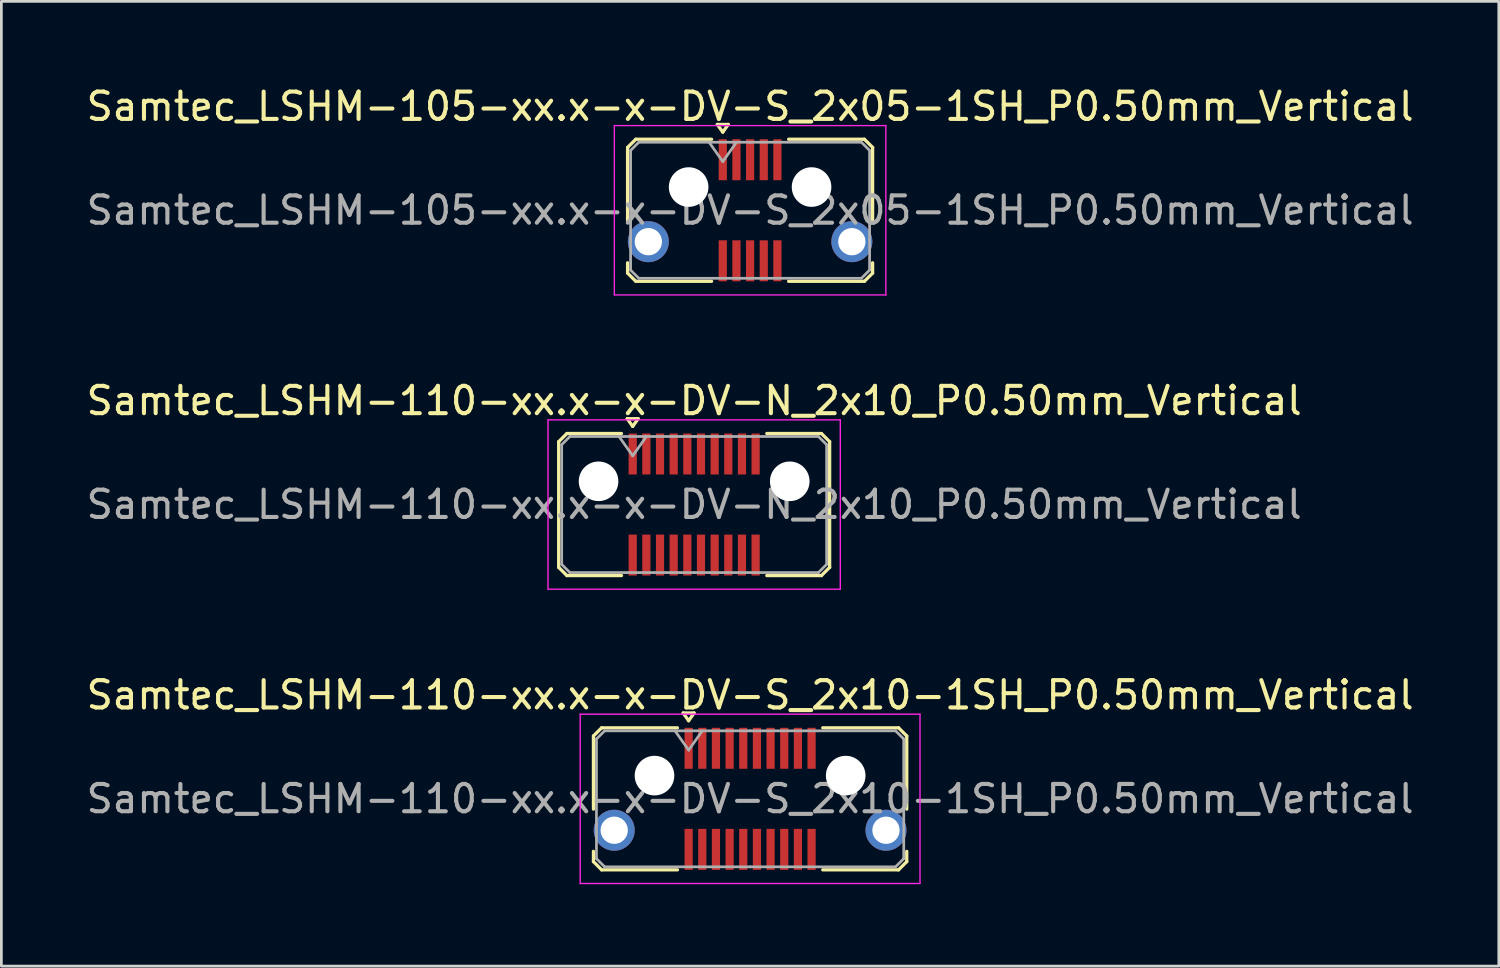
<source format=kicad_pcb>
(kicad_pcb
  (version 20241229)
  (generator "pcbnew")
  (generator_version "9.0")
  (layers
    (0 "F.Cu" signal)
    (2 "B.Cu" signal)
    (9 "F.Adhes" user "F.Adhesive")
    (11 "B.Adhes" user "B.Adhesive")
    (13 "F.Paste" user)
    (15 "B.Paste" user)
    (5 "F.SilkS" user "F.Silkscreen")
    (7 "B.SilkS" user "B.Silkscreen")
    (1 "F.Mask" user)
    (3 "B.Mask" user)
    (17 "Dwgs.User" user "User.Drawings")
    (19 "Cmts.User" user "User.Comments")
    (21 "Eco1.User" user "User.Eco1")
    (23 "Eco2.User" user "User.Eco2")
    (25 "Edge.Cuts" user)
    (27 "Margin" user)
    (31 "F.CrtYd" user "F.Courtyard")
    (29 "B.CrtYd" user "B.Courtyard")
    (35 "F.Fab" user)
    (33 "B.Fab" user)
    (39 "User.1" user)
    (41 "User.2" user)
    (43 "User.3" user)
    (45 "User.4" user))
  (footprint "Samtec_LSHM-105-xx.x-x-DV-S_2x05-1SH_P0.50mm_Vertical"
    (layer "F.Cu")
    (at 24.411 4.648)
    (property "Reference" "Samtec_LSHM-105-xx.x-x-DV-S_2x05-1SH_P0.50mm_Vertical" (at 0 -3.8 0) (layer "F.SilkS") (effects (font (size 1 1) (thickness 0.15))))
    (attr smd)
    (fp_line (start -4.485 -2.3) (end -4.485 0.377) (stroke (width 0.12) (type solid)) (layer "F.SilkS"))
    (fp_line (start -4.485 1.923) (end -4.485 2.3) (stroke (width 0.12) (type solid)) (layer "F.SilkS"))
    (fp_line (start -4.485 2.3) (end -4.185 2.6) (stroke (width 0.12) (type solid)) (layer "F.SilkS"))
    (fp_line (start -4.185 -2.6) (end -4.485 -2.3) (stroke (width 0.12) (type solid)) (layer "F.SilkS"))
    (fp_line (start -4.185 2.6) (end -1.41 2.6) (stroke (width 0.12) (type solid)) (layer "F.SilkS"))
    (fp_line (start -1.41 -2.6) (end -4.185 -2.6) (stroke (width 0.12) (type solid)) (layer "F.SilkS"))
    (fp_line (start -1.2 -3.143) (end -0.8 -3.143) (stroke (width 0.12) (type solid)) (layer "F.SilkS"))
    (fp_line (start -1 -2.86) (end -1.2 -3.143) (stroke (width 0.12) (type solid)) (layer "F.SilkS"))
    (fp_line (start -0.8 -3.143) (end -1 -2.86) (stroke (width 0.12) (type solid)) (layer "F.SilkS"))
    (fp_line (start 1.41 -2.6) (end 4.185 -2.6) (stroke (width 0.12) (type solid)) (layer "F.SilkS"))
    (fp_line (start 4.185 -2.6) (end 4.485 -2.3) (stroke (width 0.12) (type solid)) (layer "F.SilkS"))
    (fp_line (start 4.185 2.6) (end 1.41 2.6) (stroke (width 0.12) (type solid)) (layer "F.SilkS"))
    (fp_line (start 4.485 -2.3) (end 4.485 0.377) (stroke (width 0.12) (type solid)) (layer "F.SilkS"))
    (fp_line (start 4.485 1.923) (end 4.485 2.3) (stroke (width 0.12) (type solid)) (layer "F.SilkS"))
    (fp_line (start 4.485 2.3) (end 4.185 2.6) (stroke (width 0.12) (type solid)) (layer "F.SilkS"))
    (fp_line (start -4.97 -3.1) (end -4.97 3.1) (stroke (width 0.05) (type solid)) (layer "F.CrtYd"))
    (fp_line (start -4.97 3.1) (end 4.97 3.1) (stroke (width 0.05) (type solid)) (layer "F.CrtYd"))
    (fp_line (start 4.97 -3.1) (end -4.97 -3.1) (stroke (width 0.05) (type solid)) (layer "F.CrtYd"))
    (fp_line (start 4.97 3.1) (end 4.97 -3.1) (stroke (width 0.05) (type solid)) (layer "F.CrtYd"))
    (fp_line (start -4.375 -2.19) (end -4.375 2.19) (stroke (width 0.1) (type solid)) (layer "F.Fab"))
    (fp_line (start -4.375 2.19) (end -4.075 2.49) (stroke (width 0.1) (type solid)) (layer "F.Fab"))
    (fp_line (start -4.075 -2.49) (end -4.375 -2.19) (stroke (width 0.1) (type solid)) (layer "F.Fab"))
    (fp_line (start -4.075 2.49) (end 0 2.49) (stroke (width 0.1) (type solid)) (layer "F.Fab"))
    (fp_line (start -1.5 -2.49) (end -1 -1.783) (stroke (width 0.1) (type solid)) (layer "F.Fab"))
    (fp_line (start -1 -1.783) (end -0.5 -2.49) (stroke (width 0.1) (type solid)) (layer "F.Fab"))
    (fp_line (start 0 -2.49) (end -4.075 -2.49) (stroke (width 0.1) (type solid)) (layer "F.Fab"))
    (fp_line (start 0 -2.49) (end 4.075 -2.49) (stroke (width 0.1) (type solid)) (layer "F.Fab"))
    (fp_line (start 4.075 -2.49) (end 4.375 -2.19) (stroke (width 0.1) (type solid)) (layer "F.Fab"))
    (fp_line (start 4.075 2.49) (end 0 2.49) (stroke (width 0.1) (type solid)) (layer "F.Fab"))
    (fp_line (start 4.375 -2.19) (end 4.375 2.19) (stroke (width 0.1) (type solid)) (layer "F.Fab"))
    (fp_line (start 4.375 2.19) (end 4.075 2.49) (stroke (width 0.1) (type solid)) (layer "F.Fab"))
    (fp_text user "${REFERENCE}" (at 0 0 0) (layer "F.Fab") (effects (font (size 1 1) (thickness 0.15))))
    (pad "" np_thru_hole circle (at -2.25 -0.85) (size 1.45 1.45) (drill 1.45) (layers "*.Cu" "*.Mask"))
    (pad "" np_thru_hole circle (at 2.25 -0.85) (size 1.45 1.45) (drill 1.45) (layers "*.Cu" "*.Mask"))
    (pad "1" smd rect (at -1 -1.85) (size 0.3 1.5) (layers "F.Cu" "F.Mask" "F.Paste"))
    (pad "2" smd rect (at -1 1.85) (size 0.3 1.5) (layers "F.Cu" "F.Mask" "F.Paste"))
    (pad "3" smd rect (at -0.5 -1.85) (size 0.3 1.5) (layers "F.Cu" "F.Mask" "F.Paste"))
    (pad "4" smd rect (at -0.5 1.85) (size 0.3 1.5) (layers "F.Cu" "F.Mask" "F.Paste"))
    (pad "5" smd rect (at 0 -1.85) (size 0.3 1.5) (layers "F.Cu" "F.Mask" "F.Paste"))
    (pad "6" smd rect (at 0 1.85) (size 0.3 1.5) (layers "F.Cu" "F.Mask" "F.Paste"))
    (pad "7" smd rect (at 0.5 -1.85) (size 0.3 1.5) (layers "F.Cu" "F.Mask" "F.Paste"))
    (pad "8" smd rect (at 0.5 1.85) (size 0.3 1.5) (layers "F.Cu" "F.Mask" "F.Paste"))
    (pad "9" smd rect (at 1 -1.85) (size 0.3 1.5) (layers "F.Cu" "F.Mask" "F.Paste"))
    (pad "10" smd rect (at 1 1.85) (size 0.3 1.5) (layers "F.Cu" "F.Mask" "F.Paste"))
    (pad "SH" thru_hole circle (at -3.725 1.15) (size 1.5 1.5) (drill 1) (layers "*.Cu" "*.Mask"))
    (pad "SH" thru_hole circle (at 3.725 1.15) (size 1.5 1.5) (drill 1) (layers "*.Cu" "*.Mask")))
  (footprint "Samtec_LSHM-110-xx.x-x-DV-N_2x10_P0.50mm_Vertical"
    (layer "F.Cu")
    (at 22.363 15.421)
    (property "Reference" "Samtec_LSHM-110-xx.x-x-DV-N_2x10_P0.50mm_Vertical" (at 0 -3.8 0) (layer "F.SilkS") (effects (font (size 1 1) (thickness 0.15))))
    (attr smd)
    (fp_line (start -4.96 -2.3) (end -4.96 2.3) (stroke (width 0.12) (type solid)) (layer "F.SilkS"))
    (fp_line (start -4.96 2.3) (end -4.66 2.6) (stroke (width 0.12) (type solid)) (layer "F.SilkS"))
    (fp_line (start -4.66 -2.6) (end -4.96 -2.3) (stroke (width 0.12) (type solid)) (layer "F.SilkS"))
    (fp_line (start -4.66 2.6) (end -2.66 2.6) (stroke (width 0.12) (type solid)) (layer "F.SilkS"))
    (fp_line (start -2.66 -2.6) (end -4.66 -2.6) (stroke (width 0.12) (type solid)) (layer "F.SilkS"))
    (fp_line (start -2.45 -3.143) (end -2.05 -3.143) (stroke (width 0.12) (type solid)) (layer "F.SilkS"))
    (fp_line (start -2.25 -2.86) (end -2.45 -3.143) (stroke (width 0.12) (type solid)) (layer "F.SilkS"))
    (fp_line (start -2.05 -3.143) (end -2.25 -2.86) (stroke (width 0.12) (type solid)) (layer "F.SilkS"))
    (fp_line (start 2.66 -2.6) (end 4.66 -2.6) (stroke (width 0.12) (type solid)) (layer "F.SilkS"))
    (fp_line (start 4.66 -2.6) (end 4.96 -2.3) (stroke (width 0.12) (type solid)) (layer "F.SilkS"))
    (fp_line (start 4.66 2.6) (end 2.66 2.6) (stroke (width 0.12) (type solid)) (layer "F.SilkS"))
    (fp_line (start 4.96 -2.3) (end 4.96 2.3) (stroke (width 0.12) (type solid)) (layer "F.SilkS"))
    (fp_line (start 4.96 2.3) (end 4.66 2.6) (stroke (width 0.12) (type solid)) (layer "F.SilkS"))
    (fp_line (start -5.35 -3.1) (end -5.35 3.1) (stroke (width 0.05) (type solid)) (layer "F.CrtYd"))
    (fp_line (start -5.35 3.1) (end 5.35 3.1) (stroke (width 0.05) (type solid)) (layer "F.CrtYd"))
    (fp_line (start 5.35 -3.1) (end -5.35 -3.1) (stroke (width 0.05) (type solid)) (layer "F.CrtYd"))
    (fp_line (start 5.35 3.1) (end 5.35 -3.1) (stroke (width 0.05) (type solid)) (layer "F.CrtYd"))
    (fp_line (start -4.85 -2.19) (end -4.85 2.19) (stroke (width 0.1) (type solid)) (layer "F.Fab"))
    (fp_line (start -4.85 2.19) (end -4.55 2.49) (stroke (width 0.1) (type solid)) (layer "F.Fab"))
    (fp_line (start -4.55 -2.49) (end -4.85 -2.19) (stroke (width 0.1) (type solid)) (layer "F.Fab"))
    (fp_line (start -4.55 2.49) (end 0 2.49) (stroke (width 0.1) (type solid)) (layer "F.Fab"))
    (fp_line (start -2.75 -2.49) (end -2.25 -1.783) (stroke (width 0.1) (type solid)) (layer "F.Fab"))
    (fp_line (start -2.25 -1.783) (end -1.75 -2.49) (stroke (width 0.1) (type solid)) (layer "F.Fab"))
    (fp_line (start 0 -2.49) (end -4.55 -2.49) (stroke (width 0.1) (type solid)) (layer "F.Fab"))
    (fp_line (start 0 -2.49) (end 4.55 -2.49) (stroke (width 0.1) (type solid)) (layer "F.Fab"))
    (fp_line (start 4.55 -2.49) (end 4.85 -2.19) (stroke (width 0.1) (type solid)) (layer "F.Fab"))
    (fp_line (start 4.55 2.49) (end 0 2.49) (stroke (width 0.1) (type solid)) (layer "F.Fab"))
    (fp_line (start 4.85 -2.19) (end 4.85 2.19) (stroke (width 0.1) (type solid)) (layer "F.Fab"))
    (fp_line (start 4.85 2.19) (end 4.55 2.49) (stroke (width 0.1) (type solid)) (layer "F.Fab"))
    (fp_text user "${REFERENCE}" (at 0 0 0) (layer "F.Fab") (effects (font (size 1 1) (thickness 0.15))))
    (pad "" np_thru_hole circle (at -3.5 -0.85) (size 1.45 1.45) (drill 1.45) (layers "*.Cu" "*.Mask"))
    (pad "" np_thru_hole circle (at 3.5 -0.85) (size 1.45 1.45) (drill 1.45) (layers "*.Cu" "*.Mask"))
    (pad "1" smd rect (at -2.25 -1.85) (size 0.3 1.5) (layers "F.Cu" "F.Mask" "F.Paste"))
    (pad "2" smd rect (at -2.25 1.85) (size 0.3 1.5) (layers "F.Cu" "F.Mask" "F.Paste"))
    (pad "3" smd rect (at -1.75 -1.85) (size 0.3 1.5) (layers "F.Cu" "F.Mask" "F.Paste"))
    (pad "4" smd rect (at -1.75 1.85) (size 0.3 1.5) (layers "F.Cu" "F.Mask" "F.Paste"))
    (pad "5" smd rect (at -1.25 -1.85) (size 0.3 1.5) (layers "F.Cu" "F.Mask" "F.Paste"))
    (pad "6" smd rect (at -1.25 1.85) (size 0.3 1.5) (layers "F.Cu" "F.Mask" "F.Paste"))
    (pad "7" smd rect (at -0.75 -1.85) (size 0.3 1.5) (layers "F.Cu" "F.Mask" "F.Paste"))
    (pad "8" smd rect (at -0.75 1.85) (size 0.3 1.5) (layers "F.Cu" "F.Mask" "F.Paste"))
    (pad "9" smd rect (at -0.25 -1.85) (size 0.3 1.5) (layers "F.Cu" "F.Mask" "F.Paste"))
    (pad "10" smd rect (at -0.25 1.85) (size 0.3 1.5) (layers "F.Cu" "F.Mask" "F.Paste"))
    (pad "11" smd rect (at 0.25 -1.85) (size 0.3 1.5) (layers "F.Cu" "F.Mask" "F.Paste"))
    (pad "12" smd rect (at 0.25 1.85) (size 0.3 1.5) (layers "F.Cu" "F.Mask" "F.Paste"))
    (pad "13" smd rect (at 0.75 -1.85) (size 0.3 1.5) (layers "F.Cu" "F.Mask" "F.Paste"))
    (pad "14" smd rect (at 0.75 1.85) (size 0.3 1.5) (layers "F.Cu" "F.Mask" "F.Paste"))
    (pad "15" smd rect (at 1.25 -1.85) (size 0.3 1.5) (layers "F.Cu" "F.Mask" "F.Paste"))
    (pad "16" smd rect (at 1.25 1.85) (size 0.3 1.5) (layers "F.Cu" "F.Mask" "F.Paste"))
    (pad "17" smd rect (at 1.75 -1.85) (size 0.3 1.5) (layers "F.Cu" "F.Mask" "F.Paste"))
    (pad "18" smd rect (at 1.75 1.85) (size 0.3 1.5) (layers "F.Cu" "F.Mask" "F.Paste"))
    (pad "19" smd rect (at 2.25 -1.85) (size 0.3 1.5) (layers "F.Cu" "F.Mask" "F.Paste"))
    (pad "20" smd rect (at 2.25 1.85) (size 0.3 1.5) (layers "F.Cu" "F.Mask" "F.Paste")))
  (footprint "Samtec_LSHM-110-xx.x-x-DV-S_2x10-1SH_P0.50mm_Vertical"
    (layer "F.Cu")
    (at 24.411 26.195)
    (property "Reference" "Samtec_LSHM-110-xx.x-x-DV-S_2x10-1SH_P0.50mm_Vertical" (at 0 -3.8 0) (layer "F.SilkS") (effects (font (size 1 1) (thickness 0.15))))
    (attr smd)
    (fp_line (start -5.735 -2.3) (end -5.735 0.377) (stroke (width 0.12) (type solid)) (layer "F.SilkS"))
    (fp_line (start -5.735 1.923) (end -5.735 2.3) (stroke (width 0.12) (type solid)) (layer "F.SilkS"))
    (fp_line (start -5.735 2.3) (end -5.435 2.6) (stroke (width 0.12) (type solid)) (layer "F.SilkS"))
    (fp_line (start -5.435 -2.6) (end -5.735 -2.3) (stroke (width 0.12) (type solid)) (layer "F.SilkS"))
    (fp_line (start -5.435 2.6) (end -2.66 2.6) (stroke (width 0.12) (type solid)) (layer "F.SilkS"))
    (fp_line (start -2.66 -2.6) (end -5.435 -2.6) (stroke (width 0.12) (type solid)) (layer "F.SilkS"))
    (fp_line (start -2.45 -3.143) (end -2.05 -3.143) (stroke (width 0.12) (type solid)) (layer "F.SilkS"))
    (fp_line (start -2.25 -2.86) (end -2.45 -3.143) (stroke (width 0.12) (type solid)) (layer "F.SilkS"))
    (fp_line (start -2.05 -3.143) (end -2.25 -2.86) (stroke (width 0.12) (type solid)) (layer "F.SilkS"))
    (fp_line (start 2.66 -2.6) (end 5.435 -2.6) (stroke (width 0.12) (type solid)) (layer "F.SilkS"))
    (fp_line (start 5.435 -2.6) (end 5.735 -2.3) (stroke (width 0.12) (type solid)) (layer "F.SilkS"))
    (fp_line (start 5.435 2.6) (end 2.66 2.6) (stroke (width 0.12) (type solid)) (layer "F.SilkS"))
    (fp_line (start 5.735 -2.3) (end 5.735 0.377) (stroke (width 0.12) (type solid)) (layer "F.SilkS"))
    (fp_line (start 5.735 1.923) (end 5.735 2.3) (stroke (width 0.12) (type solid)) (layer "F.SilkS"))
    (fp_line (start 5.735 2.3) (end 5.435 2.6) (stroke (width 0.12) (type solid)) (layer "F.SilkS"))
    (fp_line (start -6.22 -3.1) (end -6.22 3.1) (stroke (width 0.05) (type solid)) (layer "F.CrtYd"))
    (fp_line (start -6.22 3.1) (end 6.22 3.1) (stroke (width 0.05) (type solid)) (layer "F.CrtYd"))
    (fp_line (start 6.22 -3.1) (end -6.22 -3.1) (stroke (width 0.05) (type solid)) (layer "F.CrtYd"))
    (fp_line (start 6.22 3.1) (end 6.22 -3.1) (stroke (width 0.05) (type solid)) (layer "F.CrtYd"))
    (fp_line (start -5.625 -2.19) (end -5.625 2.19) (stroke (width 0.1) (type solid)) (layer "F.Fab"))
    (fp_line (start -5.625 2.19) (end -5.325 2.49) (stroke (width 0.1) (type solid)) (layer "F.Fab"))
    (fp_line (start -5.325 -2.49) (end -5.625 -2.19) (stroke (width 0.1) (type solid)) (layer "F.Fab"))
    (fp_line (start -5.325 2.49) (end 0 2.49) (stroke (width 0.1) (type solid)) (layer "F.Fab"))
    (fp_line (start -2.75 -2.49) (end -2.25 -1.783) (stroke (width 0.1) (type solid)) (layer "F.Fab"))
    (fp_line (start -2.25 -1.783) (end -1.75 -2.49) (stroke (width 0.1) (type solid)) (layer "F.Fab"))
    (fp_line (start 0 -2.49) (end -5.325 -2.49) (stroke (width 0.1) (type solid)) (layer "F.Fab"))
    (fp_line (start 0 -2.49) (end 5.325 -2.49) (stroke (width 0.1) (type solid)) (layer "F.Fab"))
    (fp_line (start 5.325 -2.49) (end 5.625 -2.19) (stroke (width 0.1) (type solid)) (layer "F.Fab"))
    (fp_line (start 5.325 2.49) (end 0 2.49) (stroke (width 0.1) (type solid)) (layer "F.Fab"))
    (fp_line (start 5.625 -2.19) (end 5.625 2.19) (stroke (width 0.1) (type solid)) (layer "F.Fab"))
    (fp_line (start 5.625 2.19) (end 5.325 2.49) (stroke (width 0.1) (type solid)) (layer "F.Fab"))
    (fp_text user "${REFERENCE}" (at 0 0 0) (layer "F.Fab") (effects (font (size 1 1) (thickness 0.15))))
    (pad "" np_thru_hole circle (at -3.5 -0.85) (size 1.45 1.45) (drill 1.45) (layers "*.Cu" "*.Mask"))
    (pad "" np_thru_hole circle (at 3.5 -0.85) (size 1.45 1.45) (drill 1.45) (layers "*.Cu" "*.Mask"))
    (pad "1" smd rect (at -2.25 -1.85) (size 0.3 1.5) (layers "F.Cu" "F.Mask" "F.Paste"))
    (pad "2" smd rect (at -2.25 1.85) (size 0.3 1.5) (layers "F.Cu" "F.Mask" "F.Paste"))
    (pad "3" smd rect (at -1.75 -1.85) (size 0.3 1.5) (layers "F.Cu" "F.Mask" "F.Paste"))
    (pad "4" smd rect (at -1.75 1.85) (size 0.3 1.5) (layers "F.Cu" "F.Mask" "F.Paste"))
    (pad "5" smd rect (at -1.25 -1.85) (size 0.3 1.5) (layers "F.Cu" "F.Mask" "F.Paste"))
    (pad "6" smd rect (at -1.25 1.85) (size 0.3 1.5) (layers "F.Cu" "F.Mask" "F.Paste"))
    (pad "7" smd rect (at -0.75 -1.85) (size 0.3 1.5) (layers "F.Cu" "F.Mask" "F.Paste"))
    (pad "8" smd rect (at -0.75 1.85) (size 0.3 1.5) (layers "F.Cu" "F.Mask" "F.Paste"))
    (pad "9" smd rect (at -0.25 -1.85) (size 0.3 1.5) (layers "F.Cu" "F.Mask" "F.Paste"))
    (pad "10" smd rect (at -0.25 1.85) (size 0.3 1.5) (layers "F.Cu" "F.Mask" "F.Paste"))
    (pad "11" smd rect (at 0.25 -1.85) (size 0.3 1.5) (layers "F.Cu" "F.Mask" "F.Paste"))
    (pad "12" smd rect (at 0.25 1.85) (size 0.3 1.5) (layers "F.Cu" "F.Mask" "F.Paste"))
    (pad "13" smd rect (at 0.75 -1.85) (size 0.3 1.5) (layers "F.Cu" "F.Mask" "F.Paste"))
    (pad "14" smd rect (at 0.75 1.85) (size 0.3 1.5) (layers "F.Cu" "F.Mask" "F.Paste"))
    (pad "15" smd rect (at 1.25 -1.85) (size 0.3 1.5) (layers "F.Cu" "F.Mask" "F.Paste"))
    (pad "16" smd rect (at 1.25 1.85) (size 0.3 1.5) (layers "F.Cu" "F.Mask" "F.Paste"))
    (pad "17" smd rect (at 1.75 -1.85) (size 0.3 1.5) (layers "F.Cu" "F.Mask" "F.Paste"))
    (pad "18" smd rect (at 1.75 1.85) (size 0.3 1.5) (layers "F.Cu" "F.Mask" "F.Paste"))
    (pad "19" smd rect (at 2.25 -1.85) (size 0.3 1.5) (layers "F.Cu" "F.Mask" "F.Paste"))
    (pad "20" smd rect (at 2.25 1.85) (size 0.3 1.5) (layers "F.Cu" "F.Mask" "F.Paste"))
    (pad "SH" thru_hole circle (at -4.975 1.15) (size 1.5 1.5) (drill 1) (layers "*.Cu" "*.Mask"))
    (pad "SH" thru_hole circle (at 4.975 1.15) (size 1.5 1.5) (drill 1) (layers "*.Cu" "*.Mask")))
  (gr_rect
    (start -3 -3)
    (end 51.821 32.32)
    (stroke (width 0.1) (type default))
    (fill no)
    (layer "Edge.Cuts")))
</source>
